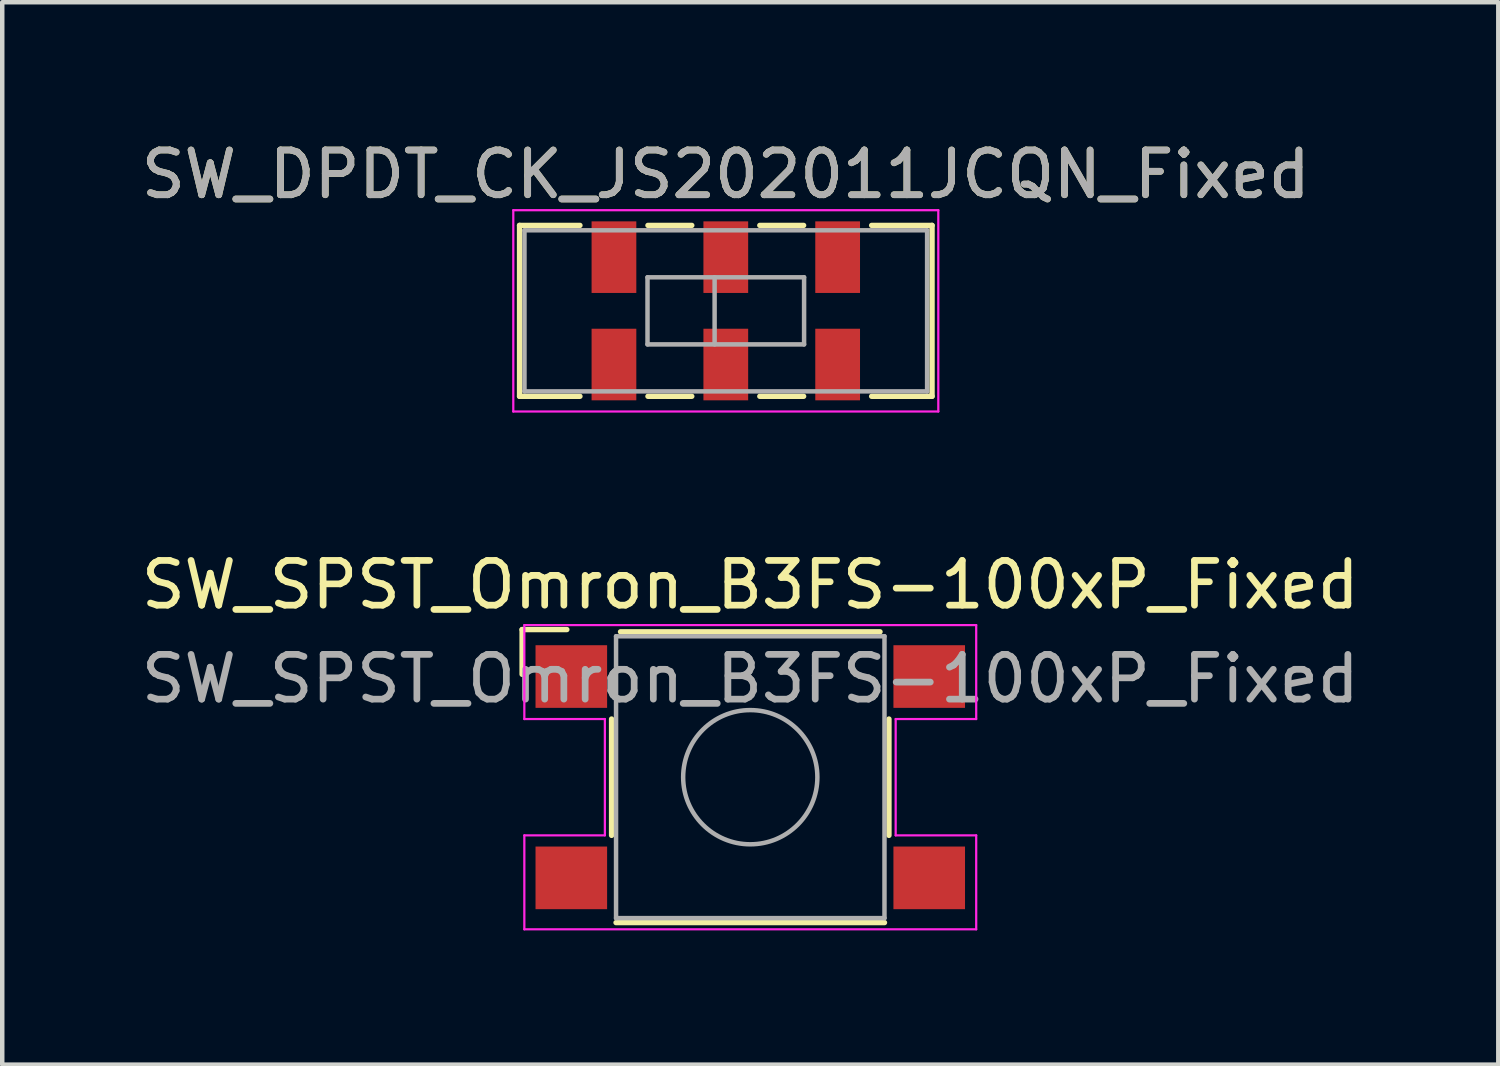
<source format=kicad_pcb>
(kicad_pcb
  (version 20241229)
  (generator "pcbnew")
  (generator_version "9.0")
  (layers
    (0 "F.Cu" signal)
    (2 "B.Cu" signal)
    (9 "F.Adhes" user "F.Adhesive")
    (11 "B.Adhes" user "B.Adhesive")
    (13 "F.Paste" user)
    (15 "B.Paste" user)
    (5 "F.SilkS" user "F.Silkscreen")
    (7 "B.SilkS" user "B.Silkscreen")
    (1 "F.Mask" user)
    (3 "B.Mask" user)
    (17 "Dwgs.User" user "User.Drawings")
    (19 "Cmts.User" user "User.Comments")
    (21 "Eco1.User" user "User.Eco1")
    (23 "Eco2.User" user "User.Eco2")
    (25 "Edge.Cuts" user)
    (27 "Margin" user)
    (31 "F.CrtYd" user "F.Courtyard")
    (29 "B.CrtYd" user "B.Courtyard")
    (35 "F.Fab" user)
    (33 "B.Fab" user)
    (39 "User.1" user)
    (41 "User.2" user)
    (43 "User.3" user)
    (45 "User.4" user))
  (footprint "SW_SPST_Omron_B3FS-100xP_Fixed"
    (layer "F.Cu")
    (at 13.72 14.322)
    (property "Reference" "SW_SPST_Omron_B3FS-100xP_Fixed" (at 0 -4.3 0) (layer "F.SilkS") (effects (font (size 1 1) (thickness 0.15))))
    (attr smd)
    (fp_line (start -5.1 -3.3) (end -4.1 -3.3) (stroke (width 0.12) (type solid)) (layer "F.SilkS"))
    (fp_line (start -5.1 -2.3) (end -5.1 -3.3) (stroke (width 0.12) (type solid)) (layer "F.SilkS"))
    (fp_line (start -3.1 -1.3) (end -3.1 1.3) (stroke (width 0.12) (type solid)) (layer "F.SilkS"))
    (fp_line (start 2.9 -3.25) (end -2.9 -3.25) (stroke (width 0.12) (type solid)) (layer "F.SilkS"))
    (fp_line (start 3 3.25) (end -3 3.25) (stroke (width 0.12) (type solid)) (layer "F.SilkS"))
    (fp_line (start 3.1 -1.3) (end 3.1 1.3) (stroke (width 0.12) (type solid)) (layer "F.SilkS"))
    (fp_line (start -5.05 -3.4) (end 5.05 -3.4) (stroke (width 0.05) (type solid)) (layer "F.CrtYd"))
    (fp_line (start -5.05 -1.3) (end -5.05 -3.4) (stroke (width 0.05) (type solid)) (layer "F.CrtYd"))
    (fp_line (start -5.05 1.3) (end -3.25 1.3) (stroke (width 0.05) (type solid)) (layer "F.CrtYd"))
    (fp_line (start -5.05 3.4) (end -5.05 1.3) (stroke (width 0.05) (type solid)) (layer "F.CrtYd"))
    (fp_line (start -3.25 -1.3) (end -5.05 -1.3) (stroke (width 0.05) (type solid)) (layer "F.CrtYd"))
    (fp_line (start -3.25 1.3) (end -3.25 -1.3) (stroke (width 0.05) (type solid)) (layer "F.CrtYd"))
    (fp_line (start 3.25 -1.3) (end 3.25 1.3) (stroke (width 0.05) (type solid)) (layer "F.CrtYd"))
    (fp_line (start 3.25 1.3) (end 5.05 1.3) (stroke (width 0.05) (type solid)) (layer "F.CrtYd"))
    (fp_line (start 5.05 -3.4) (end 5.05 -1.3) (stroke (width 0.05) (type solid)) (layer "F.CrtYd"))
    (fp_line (start 5.05 -1.3) (end 3.25 -1.3) (stroke (width 0.05) (type solid)) (layer "F.CrtYd"))
    (fp_line (start 5.05 1.3) (end 5.05 3.4) (stroke (width 0.05) (type solid)) (layer "F.CrtYd"))
    (fp_line (start 5.05 3.4) (end -5.05 3.4) (stroke (width 0.05) (type solid)) (layer "F.CrtYd"))
    (fp_line (start -3 -3.15) (end 3 -3.15) (stroke (width 0.1) (type solid)) (layer "F.Fab"))
    (fp_line (start -3 3.15) (end -3 -3.15) (stroke (width 0.1) (type solid)) (layer "F.Fab"))
    (fp_line (start 3 -3.15) (end 3 3.15) (stroke (width 0.1) (type solid)) (layer "F.Fab"))
    (fp_line (start 3 3.15) (end -3 3.15) (stroke (width 0.1) (type solid)) (layer "F.Fab"))
    (fp_circle (center 0 0) (end 1.5 0) (stroke (width 0.1) (type solid)) (fill no) (layer "F.Fab"))
    (fp_text user "${REFERENCE}" (at 0 -2.2 0) (layer "F.Fab") (effects (font (size 1 1) (thickness 0.15))))
    (pad "1" smd rect (at -4 -2.25 180) (size 1.6 1.4) (layers "F.Cu" "F.Mask" "F.Paste"))
    (pad "1" smd rect (at 4 -2.25 180) (size 1.6 1.4) (layers "F.Cu" "F.Mask" "F.Paste"))
    (pad "2" smd rect (at -4 2.25 180) (size 1.6 1.4) (layers "F.Cu" "F.Mask" "F.Paste"))
    (pad "2" smd rect (at 4 2.25 180) (size 1.6 1.4) (layers "F.Cu" "F.Mask" "F.Paste")))
  (footprint "SW_DPDT_CK_JS202011JCQN_Fixed"
    (layer "F.Cu")
    (at 13.173 3.898)
    (property "Reference" "SW_DPDT_CK_JS202011JCQN_Fixed" (at 0 -3.05 0) (layer "F.SilkS") (effects (font (size 1 1) (thickness 0.15))))
    (attr smd)
    (fp_line (start -4.61 -1.91) (end -4.61 1.91) (stroke (width 0.12) (type solid)) (layer "F.SilkS"))
    (fp_line (start -4.61 1.91) (end -3.26 1.91) (stroke (width 0.12) (type solid)) (layer "F.SilkS"))
    (fp_line (start -3.26 -1.91) (end -4.61 -1.91) (stroke (width 0.12) (type solid)) (layer "F.SilkS"))
    (fp_line (start -0.76 -1.91) (end -1.74 -1.91) (stroke (width 0.12) (type solid)) (layer "F.SilkS"))
    (fp_line (start -0.76 1.91) (end -1.74 1.91) (stroke (width 0.12) (type solid)) (layer "F.SilkS"))
    (fp_line (start 1.74 -1.91) (end 0.76 -1.91) (stroke (width 0.12) (type solid)) (layer "F.SilkS"))
    (fp_line (start 1.74 1.91) (end 0.76 1.91) (stroke (width 0.12) (type solid)) (layer "F.SilkS"))
    (fp_line (start 4.61 -1.91) (end 3.26 -1.91) (stroke (width 0.12) (type solid)) (layer "F.SilkS"))
    (fp_line (start 4.61 -1.91) (end 4.61 1.91) (stroke (width 0.12) (type solid)) (layer "F.SilkS"))
    (fp_line (start 4.61 1.91) (end 3.26 1.91) (stroke (width 0.12) (type solid)) (layer "F.SilkS"))
    (fp_line (start -4.75 -2.25) (end -4.75 2.25) (stroke (width 0.05) (type solid)) (layer "F.CrtYd"))
    (fp_line (start -4.75 -2.25) (end 4.75 -2.25) (stroke (width 0.05) (type solid)) (layer "F.CrtYd"))
    (fp_line (start 4.75 -2.25) (end 4.75 2.25) (stroke (width 0.05) (type solid)) (layer "F.CrtYd"))
    (fp_line (start 4.75 2.25) (end -4.75 2.25) (stroke (width 0.05) (type solid)) (layer "F.CrtYd"))
    (fp_line (start -4.5 -1.8) (end 4.5 -1.8) (stroke (width 0.1) (type solid)) (layer "F.Fab"))
    (fp_line (start -4.5 1.8) (end -4.5 -1.8) (stroke (width 0.1) (type solid)) (layer "F.Fab"))
    (fp_line (start -1.75 -0.75) (end -1.75 0.75) (stroke (width 0.1) (type solid)) (layer "F.Fab"))
    (fp_line (start -1.75 -0.75) (end 1.75 -0.75) (stroke (width 0.1) (type solid)) (layer "F.Fab"))
    (fp_line (start -0.25 -0.75) (end -0.25 0.75) (stroke (width 0.1) (type solid)) (layer "F.Fab"))
    (fp_line (start 1.75 -0.75) (end 1.75 0.75) (stroke (width 0.1) (type solid)) (layer "F.Fab"))
    (fp_line (start 1.75 0.75) (end -1.75 0.75) (stroke (width 0.1) (type solid)) (layer "F.Fab"))
    (fp_line (start 4.5 -1.8) (end 4.5 1.8) (stroke (width 0.1) (type solid)) (layer "F.Fab"))
    (fp_line (start 4.5 1.8) (end -4.5 1.8) (stroke (width 0.1) (type solid)) (layer "F.Fab"))
    (fp_text user "${REFERENCE}" (at 0 -3.05 0) (layer "F.Fab") (effects (font (size 1 1) (thickness 0.15))))
    (pad "1" smd rect (at -2.5 -1.2) (size 1 1.6) (layers "F.Cu" "F.Mask" "F.Paste"))
    (pad "1" smd rect (at -2.5 1.2) (size 1 1.6) (layers "F.Cu" "F.Mask" "F.Paste"))
    (pad "2" smd rect (at 0 -1.2) (size 1 1.6) (layers "F.Cu" "F.Mask" "F.Paste"))
    (pad "2" smd rect (at 0 1.2) (size 1 1.6) (layers "F.Cu" "F.Mask" "F.Paste"))
    (pad "3" smd rect (at 2.5 -1.2) (size 1 1.6) (layers "F.Cu" "F.Mask" "F.Paste"))
    (pad "3" smd rect (at 2.5 1.2) (size 1 1.6) (layers "F.Cu" "F.Mask" "F.Paste")))
  (gr_rect
    (start -3 -3)
    (end 30.44 20.747)
    (stroke (width 0.1) (type default))
    (fill no)
    (layer "Edge.Cuts")))
</source>
